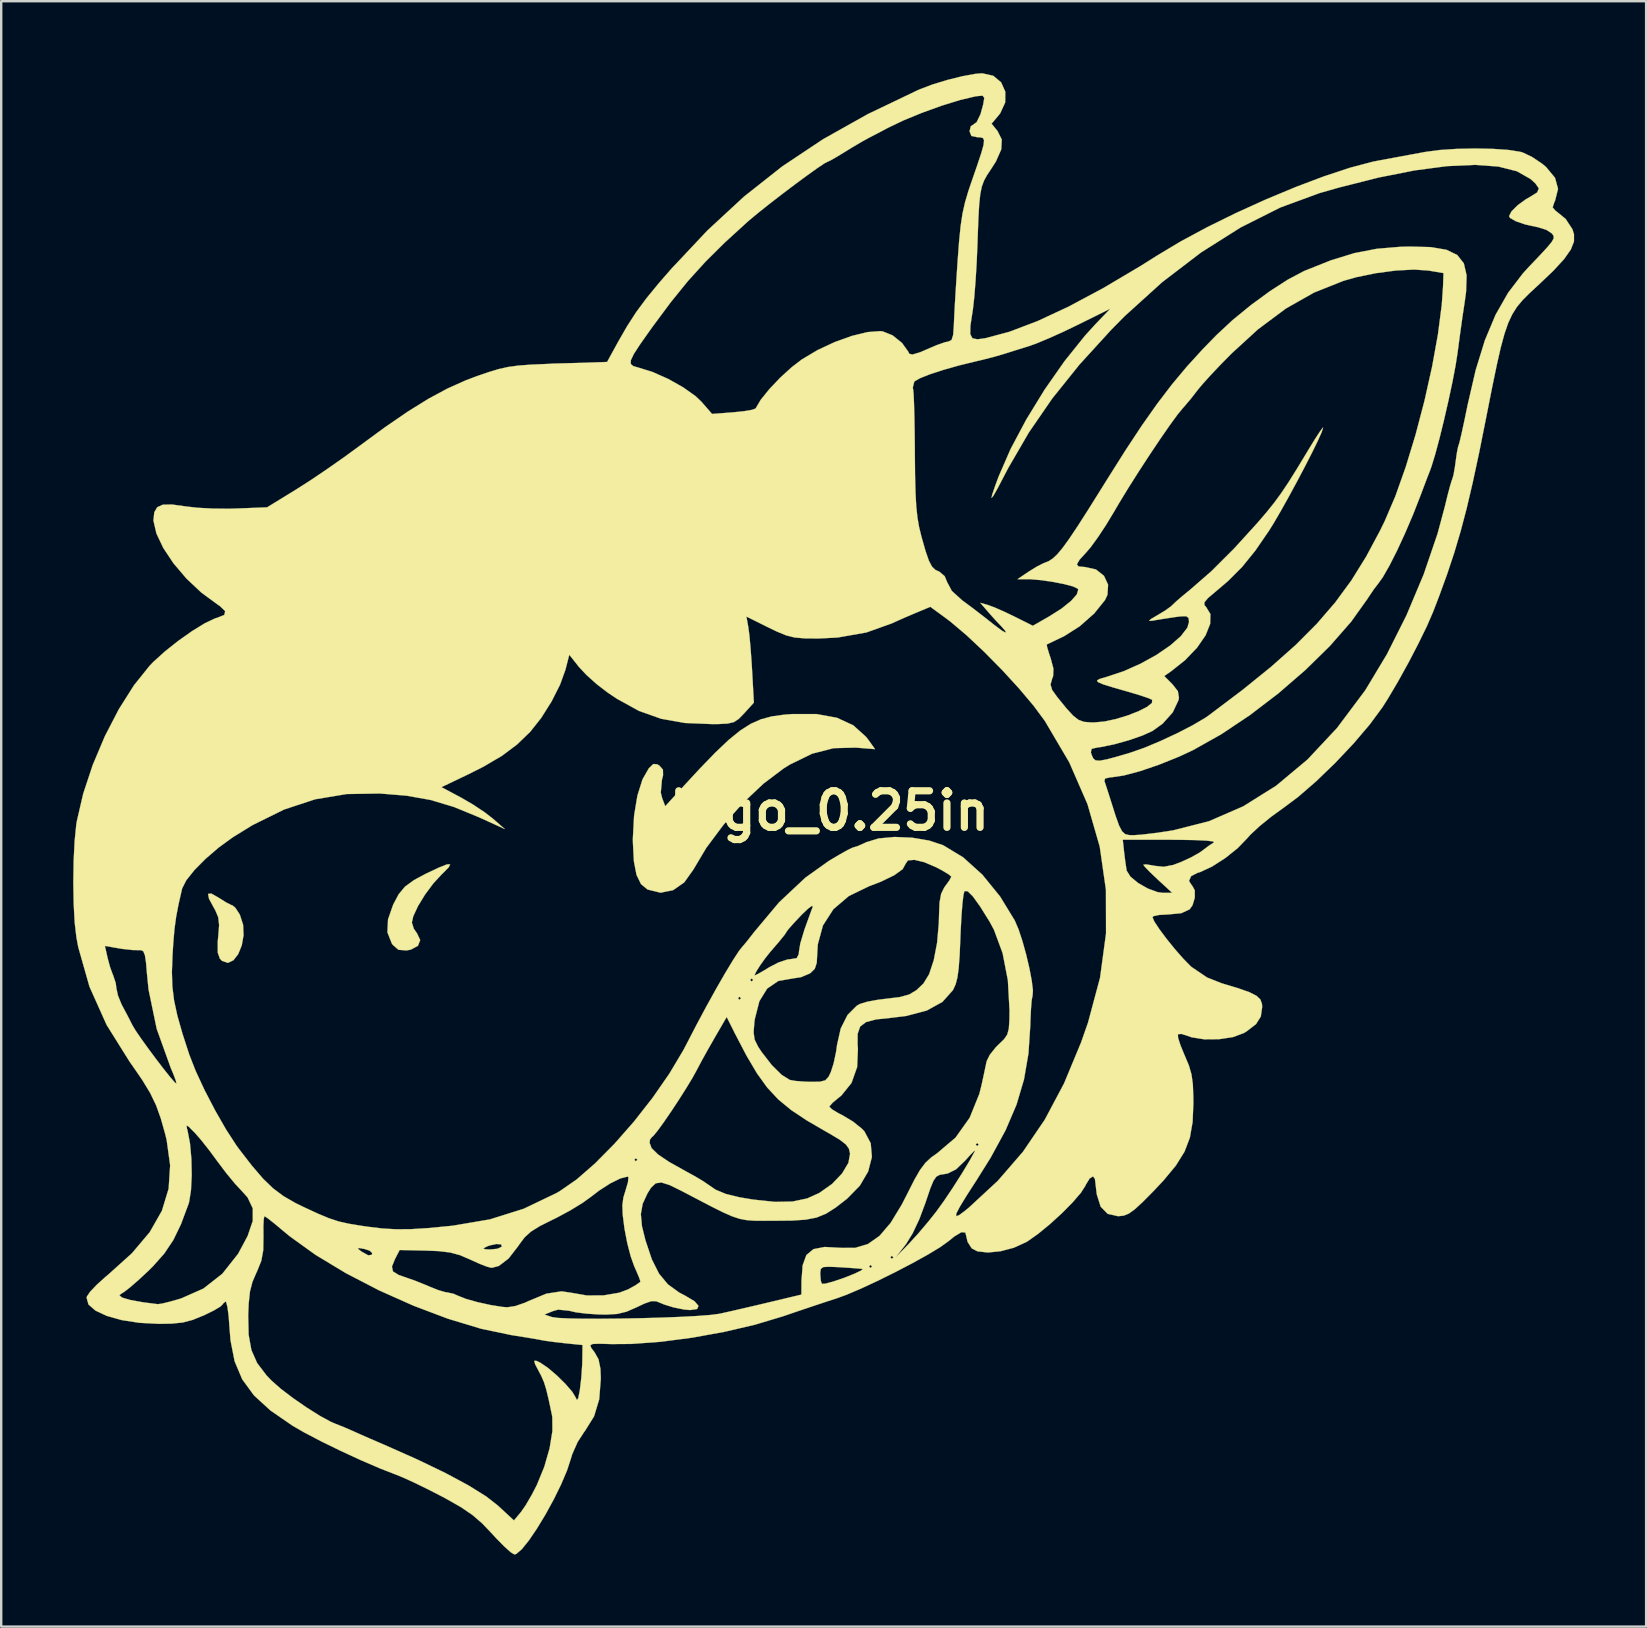
<source format=kicad_pcb>
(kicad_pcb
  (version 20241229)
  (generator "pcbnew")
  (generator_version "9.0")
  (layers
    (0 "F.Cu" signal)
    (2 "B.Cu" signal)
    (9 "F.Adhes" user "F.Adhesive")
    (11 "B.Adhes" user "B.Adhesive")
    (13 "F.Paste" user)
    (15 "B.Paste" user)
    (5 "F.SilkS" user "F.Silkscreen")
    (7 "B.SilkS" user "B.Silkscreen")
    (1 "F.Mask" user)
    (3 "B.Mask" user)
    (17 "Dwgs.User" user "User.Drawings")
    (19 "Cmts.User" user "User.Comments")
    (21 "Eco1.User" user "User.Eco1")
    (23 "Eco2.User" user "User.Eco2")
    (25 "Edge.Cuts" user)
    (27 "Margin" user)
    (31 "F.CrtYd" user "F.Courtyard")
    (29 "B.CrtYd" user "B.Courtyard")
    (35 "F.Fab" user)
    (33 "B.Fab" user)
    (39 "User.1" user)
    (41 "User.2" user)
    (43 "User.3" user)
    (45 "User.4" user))
  (footprint "logo_0.25in"
    (layer "F.Cu")
    (at 31.511 30.737)
    (property "Reference" "logo_0.25in" (at 0 0 0) (layer "F.SilkS") (effects (font (size 1.524 1.524) (thickness 0.3))))
    (attr through_hole)
    (fp_poly (pts (xy -25.453 3.619) (xy -25.446 3.623) (xy -25.141 3.815) (xy -24.922 3.926) (xy -24.878 3.937) (xy -24.755 4.039) (xy -24.591 4.288) (xy -24.563 4.339) (xy -24.431 4.747) (xy -24.412 5.183) (xy -24.486 5.605) (xy -24.633 5.967) (xy -24.832 6.225) (xy -25.063 6.336) (xy -25.306 6.254) (xy -25.397 6.163) (xy -25.487 5.911) (xy -25.489 5.463) (xy -25.466 5.23) (xy -25.43 4.761) (xy -25.467 4.433) (xy -25.591 4.141) (xy -25.643 4.052) (xy -25.852 3.663) (xy -25.89 3.462) (xy -25.757 3.447) (xy -25.453 3.619)) (stroke (width 0.01) (type solid)) (fill yes) (layer "F.SilkS"))
    (fp_poly (pts (xy -15.862 2.352) (xy -16.109 2.604) (xy -16.151 2.642) (xy -16.505 3.025) (xy -16.85 3.49) (xy -17.142 3.968) (xy -17.339 4.39) (xy -17.399 4.656) (xy -17.318 4.912) (xy -17.182 5.109) (xy -17.051 5.386) (xy -17.146 5.625) (xy -17.441 5.784) (xy -17.626 5.818) (xy -17.96 5.79) (xy -18.196 5.583) (xy -18.236 5.525) (xy -18.417 5.064) (xy -18.392 4.524) (xy -18.18 3.915) (xy -17.95 3.479) (xy -17.684 3.158) (xy -17.31 2.886) (xy -16.828 2.628) (xy -16.277 2.367) (xy -15.938 2.233) (xy -15.802 2.228) (xy -15.862 2.352)) (stroke (width 0.01) (type solid)) (fill yes) (layer "F.SilkS"))
    (fp_poly (pts (xy -0.531 -4.031) (xy 0.315 -3.877) (xy 0.995 -3.563) (xy 1.529 -3.081) (xy 1.644 -2.931) (xy 1.901 -2.57) (xy 1.1 -2.634) (xy 0.18 -2.611) (xy -0.719 -2.381) (xy -1.644 -1.93) (xy -1.908 -1.766) (xy -2.747 -1.133) (xy -3.603 -0.326) (xy -4.418 0.589) (xy -5.13 1.543) (xy -5.672 2.454) (xy -6.048 2.982) (xy -6.515 3.307) (xy -7.037 3.412) (xy -7.575 3.28) (xy -7.579 3.278) (xy -7.85 3.054) (xy -8.037 2.671) (xy -8.147 2.1) (xy -8.188 1.315) (xy -8.189 1.143) (xy -8.139 0.203) (xy -8.001 -0.631) (xy -7.787 -1.313) (xy -7.526 -1.769) (xy -7.337 -1.951) (xy -7.171 -1.939) (xy -7.079 -1.879) (xy -6.936 -1.716) (xy -6.931 -1.48) (xy -6.978 -1.293) (xy -7.026 -0.758) (xy -6.97 -0.532) (xy -6.841 -0.192) (xy -6.203 -0.89) (xy -5.414 -1.743) (xy -4.757 -2.423) (xy -4.202 -2.95) (xy -3.719 -3.343) (xy -3.278 -3.625) (xy -2.846 -3.816) (xy -2.395 -3.936) (xy -1.893 -4.005) (xy -1.565 -4.031) (xy -0.531 -4.031)) (stroke (width 0.01) (type solid)) (fill yes) (layer "F.SilkS"))
    (fp_poly (pts (xy 6.826 -30.63) (xy 7.156 -30.356) (xy 7.33 -29.966) (xy 7.326 -29.519) (xy 7.12 -29.07) (xy 7.062 -28.995) (xy 6.758 -28.633) (xy 7.009 -28.323) (xy 7.183 -27.971) (xy 7.161 -27.56) (xy 6.938 -27.056) (xy 6.74 -26.747) (xy 6.57 -26.491) (xy 6.443 -26.261) (xy 6.351 -26.011) (xy 6.287 -25.7) (xy 6.243 -25.283) (xy 6.21 -24.716) (xy 6.181 -23.957) (xy 6.169 -23.588) (xy 6.136 -22.822) (xy 6.09 -22.073) (xy 6.037 -21.41) (xy 5.981 -20.904) (xy 5.959 -20.761) (xy 5.875 -20.209) (xy 5.869 -19.865) (xy 5.961 -19.691) (xy 6.171 -19.648) (xy 6.499 -19.694) (xy 7.502 -19.962) (xy 8.666 -20.404) (xy 9.976 -21.014) (xy 11.416 -21.784) (xy 12.971 -22.706) (xy 13.652 -23.135) (xy 14.631 -23.722) (xy 15.746 -24.322) (xy 16.95 -24.914) (xy 18.194 -25.478) (xy 19.432 -25.994) (xy 20.614 -26.44) (xy 21.693 -26.797) (xy 22.62 -27.043) (xy 22.861 -27.092) (xy 23.506 -27.211) (xy 24.195 -27.339) (xy 24.787 -27.448) (xy 24.828 -27.456) (xy 25.428 -27.536) (xy 26.143 -27.583) (xy 26.904 -27.599) (xy 27.644 -27.584) (xy 28.292 -27.539) (xy 28.78 -27.463) (xy 28.894 -27.431) (xy 29.279 -27.247) (xy 29.7 -26.965) (xy 29.862 -26.83) (xy 30.237 -26.378) (xy 30.363 -25.917) (xy 30.241 -25.432) (xy 30.212 -25.373) (xy 30.138 -25.146) (xy 30.255 -25.006) (xy 30.277 -24.993) (xy 30.679 -24.665) (xy 30.96 -24.238) (xy 31.028 -24.025) (xy 31.027 -23.725) (xy 30.896 -23.391) (xy 30.617 -22.994) (xy 30.17 -22.507) (xy 29.535 -21.903) (xy 29.517 -21.887) (xy 29.171 -21.567) (xy 28.886 -21.282) (xy 28.652 -21.001) (xy 28.456 -20.692) (xy 28.285 -20.326) (xy 28.128 -19.871) (xy 27.973 -19.297) (xy 27.808 -18.571) (xy 27.62 -17.663) (xy 27.398 -16.543) (xy 27.354 -16.32) (xy 27.068 -14.893) (xy 26.805 -13.671) (xy 26.555 -12.603) (xy 26.302 -11.644) (xy 26.035 -10.745) (xy 25.74 -9.859) (xy 25.404 -8.936) (xy 25.153 -8.284) (xy 24.898 -7.696) (xy 24.543 -6.969) (xy 24.13 -6.175) (xy 23.695 -5.389) (xy 23.279 -4.684) (xy 23.047 -4.318) (xy 22.517 -3.599) (xy 21.842 -2.806) (xy 21.079 -1.998) (xy 20.288 -1.235) (xy 19.526 -0.575) (xy 18.933 -0.132) (xy 18.415 0.242) (xy 17.929 0.636) (xy 17.549 0.989) (xy 17.416 1.138) (xy 17.008 1.56) (xy 16.488 1.975) (xy 15.939 2.326) (xy 15.446 2.554) (xy 15.335 2.586) (xy 15.072 2.724) (xy 14.984 2.921) (xy 15.102 3.105) (xy 15.113 3.111) (xy 15.225 3.31) (xy 15.226 3.623) (xy 15.13 3.94) (xy 15.008 4.108) (xy 14.661 4.266) (xy 14.119 4.318) (xy 13.749 4.338) (xy 13.511 4.388) (xy 13.462 4.431) (xy 13.541 4.614) (xy 13.75 4.931) (xy 14.046 5.328) (xy 14.388 5.752) (xy 14.734 6.148) (xy 15.043 6.464) (xy 15.086 6.504) (xy 15.74 6.946) (xy 16.346 7.186) (xy 17.026 7.39) (xy 17.497 7.556) (xy 17.796 7.706) (xy 17.96 7.862) (xy 18.026 8.047) (xy 18.034 8.181) (xy 17.977 8.573) (xy 17.777 8.888) (xy 17.387 9.189) (xy 17.272 9.259) (xy 16.822 9.428) (xy 16.237 9.517) (xy 15.624 9.522) (xy 15.092 9.437) (xy 14.928 9.377) (xy 14.666 9.296) (xy 14.522 9.311) (xy 14.53 9.459) (xy 14.629 9.768) (xy 14.796 10.174) (xy 14.803 10.189) (xy 14.981 10.613) (xy 15.09 10.988) (xy 15.146 11.403) (xy 15.165 11.948) (xy 15.167 12.192) (xy 15.135 12.968) (xy 15.021 13.619) (xy 14.798 14.204) (xy 14.438 14.782) (xy 13.914 15.413) (xy 13.502 15.85) (xy 13.049 16.307) (xy 12.722 16.608) (xy 12.476 16.784) (xy 12.267 16.868) (xy 12.049 16.891) (xy 12.025 16.891) (xy 11.595 16.794) (xy 11.304 16.496) (xy 11.143 15.986) (xy 11.127 15.866) (xy 11.09 15.545) (xy 11.065 15.344) (xy 11.063 15.335) (xy 10.984 15.232) (xy 10.844 15.322) (xy 10.69 15.571) (xy 10.669 15.62) (xy 10.48 15.916) (xy 10.138 16.313) (xy 9.694 16.763) (xy 9.199 17.215) (xy 8.706 17.621) (xy 8.266 17.932) (xy 8.2 17.972) (xy 7.689 18.205) (xy 7.133 18.352) (xy 6.603 18.405) (xy 6.169 18.356) (xy 5.93 18.231) (xy 5.758 17.961) (xy 5.715 17.771) (xy 5.664 17.572) (xy 5.5 17.559) (xy 5.205 17.737) (xy 4.949 17.944) (xy 4.615 18.183) (xy 4.102 18.493) (xy 3.462 18.848) (xy 2.75 19.22) (xy 2.019 19.582) (xy 1.323 19.906) (xy 0.717 20.164) (xy 0.318 20.31) (xy -0.114 20.45) (xy -0.703 20.646) (xy -1.369 20.87) (xy -1.943 21.066) (xy -3.097 21.412) (xy -4.38 21.712) (xy -5.718 21.954) (xy -7.035 22.126) (xy -8.253 22.215) (xy -9.075 22.221) (xy -9.575 22.207) (xy -9.859 22.216) (xy -9.963 22.268) (xy -9.926 22.378) (xy -9.788 22.56) (xy -9.621 22.855) (xy -9.541 23.246) (xy -9.525 23.656) (xy -9.592 24.523) (xy -9.806 25.231) (xy -10.185 25.84) (xy -10.216 25.877) (xy -10.492 26.304) (xy -10.716 26.809) (xy -10.77 26.988) (xy -10.931 27.482) (xy -11.177 28.063) (xy -11.484 28.688) (xy -11.826 29.313) (xy -12.179 29.897) (xy -12.516 30.395) (xy -12.814 30.765) (xy -13.046 30.965) (xy -13.123 30.988) (xy -13.274 30.899) (xy -13.543 30.66) (xy -13.883 30.314) (xy -14.051 30.13) (xy -14.469 29.692) (xy -14.879 29.339) (xy -15.358 29.013) (xy -15.98 28.66) (xy -16.141 28.574) (xy -16.728 28.273) (xy -17.295 27.996) (xy -17.769 27.78) (xy -18.034 27.672) (xy -18.715 27.407) (xy -19.514 27.063) (xy -20.357 26.674) (xy -21.173 26.276) (xy -21.888 25.901) (xy -22.381 25.616) (xy -23.292 24.987) (xy -23.978 24.359) (xy -24.467 23.69) (xy -24.784 22.94) (xy -24.955 22.068) (xy -24.996 21.558) (xy -25.032 21.063) (xy -25.038 21.018) (xy -24.219 21.018) (xy -24.201 21.831) (xy -24.085 22.471) (xy -23.846 23.011) (xy -23.458 23.522) (xy -23.25 23.74) (xy -22.865 24.08) (xy -22.354 24.469) (xy -21.788 24.861) (xy -21.237 25.208) (xy -20.773 25.461) (xy -20.591 25.539) (xy -20.223 25.685) (xy -19.875 25.836) (xy -19.575 25.971) (xy -19.129 26.167) (xy -18.625 26.384) (xy -18.542 26.42) (xy -17.17 27.03) (xy -15.997 27.595) (xy -15.036 28.112) (xy -14.297 28.572) (xy -13.821 28.945) (xy -13.145 29.57) (xy -12.861 29.231) (xy -12.657 28.939) (xy -12.408 28.513) (xy -12.19 28.091) (xy -11.879 27.332) (xy -11.658 26.561) (xy -11.542 25.847) (xy -11.546 25.263) (xy -11.56 25.182) (xy -11.692 24.556) (xy -11.797 24.117) (xy -11.895 23.802) (xy -12.005 23.549) (xy -12.086 23.396) (xy -12.261 23.065) (xy -12.299 22.918) (xy -12.197 22.923) (xy -12.047 22.997) (xy -11.726 23.214) (xy -11.353 23.532) (xy -10.994 23.887) (xy -10.713 24.213) (xy -10.584 24.427) (xy -10.52 24.552) (xy -10.467 24.479) (xy -10.406 24.182) (xy -10.398 24.13) (xy -10.339 23.635) (xy -10.301 23.083) (xy -10.296 22.909) (xy -10.287 22.26) (xy -11.017 22.186) (xy -11.466 22.135) (xy -11.842 22.083) (xy -12.002 22.055) (xy -12.246 22.009) (xy -12.659 21.94) (xy -13.159 21.861) (xy -13.243 21.848) (xy -14.51 21.583) (xy -15.893 21.165) (xy -16.354 20.991) (xy -11.874 20.991) (xy -11.557 21.096) (xy -11.314 21.131) (xy -10.861 21.153) (xy -10.242 21.165) (xy -9.501 21.166) (xy -8.683 21.158) (xy -7.831 21.142) (xy -6.989 21.118) (xy -6.202 21.087) (xy -5.512 21.05) (xy -4.965 21.008) (xy -4.604 20.962) (xy -4.572 20.956) (xy -4.145 20.861) (xy -3.563 20.727) (xy -2.915 20.576) (xy -2.52 20.482) (xy -1.167 20.159) (xy -1.163 19.569) (xy -1.142 19.306) (xy -0.381 19.306) (xy -0.358 19.582) (xy -0.312 19.711) (xy -0.169 19.703) (xy 0.147 19.619) (xy 0.572 19.476) (xy 0.65 19.447) (xy 1.05 19.287) (xy 1.311 19.162) (xy 1.389 19.094) (xy 1.375 19.089) (xy 1.165 19.069) (xy 0.79 19.041) (xy 0.413 19.017) (xy -0.02 18.996) (xy -0.257 19.013) (xy -0.358 19.088) (xy -0.381 19.243) (xy -0.381 19.306) (xy -1.142 19.306) (xy -1.118 18.986) (xy 1.651 18.986) (xy 1.714 19.05) (xy 1.778 18.986) (xy 1.714 18.923) (xy 1.651 18.986) (xy -1.118 18.986) (xy -1.114 18.936) (xy -0.993 18.605) (xy 2.54 18.605) (xy 2.603 18.669) (xy 2.667 18.605) (xy 2.764 18.605) (xy 3.319 18.034) (xy 3.694 17.623) (xy 4.118 17.123) (xy 4.454 16.701) (xy 4.779 16.249) (xy 5.151 15.695) (xy 5.521 15.114) (xy 5.842 14.582) (xy 6.064 14.176) (xy 6.071 14.161) (xy 6.031 14.176) (xy 5.865 14.345) (xy 5.667 14.565) (xy 5.281 14.937) (xy 4.928 15.113) (xy 4.791 15.137) (xy 4.598 15.167) (xy 4.457 15.244) (xy 4.337 15.414) (xy 4.208 15.725) (xy 4.039 16.223) (xy 4 16.339) (xy 3.75 17.009) (xy 3.469 17.606) (xy 3.2 18.043) (xy 3.192 18.054) (xy 2.764 18.605) (xy 2.667 18.605) (xy 2.603 18.542) (xy 2.54 18.605) (xy -0.993 18.605) (xy -0.958 18.51) (xy -0.664 18.265) (xy -0.2 18.174) (xy 0.46 18.21) (xy 1.068 18.213) (xy 1.603 18.054) (xy 2.089 17.713) (xy 2.552 17.171) (xy 3.017 16.407) (xy 3.241 15.97) (xy 3.541 15.376) (xy 3.781 14.96) (xy 4.001 14.668) (xy 4.241 14.445) (xy 4.486 14.272) (xy 4.917 13.906) (xy 6.096 13.906) (xy 6.16 13.97) (xy 6.223 13.906) (xy 6.16 13.843) (xy 6.096 13.906) (xy 4.917 13.906) (xy 5.256 13.619) (xy 5.845 12.791) (xy 6.248 11.796) (xy 6.34 11.43) (xy 6.437 10.982) (xy 6.519 10.594) (xy 6.553 10.434) (xy 6.682 10.17) (xy 6.935 9.853) (xy 7.057 9.732) (xy 7.277 9.519) (xy 7.409 9.328) (xy 7.476 9.087) (xy 7.501 8.721) (xy 7.506 8.315) (xy 7.437 7.062) (xy 7.217 5.927) (xy 6.856 4.952) (xy 6.682 4.629) (xy 6.282 3.987) (xy 5.979 3.566) (xy 5.766 3.354) (xy 5.632 3.342) (xy 5.628 3.346) (xy 5.587 3.504) (xy 5.543 3.867) (xy 5.503 4.387) (xy 5.469 5.015) (xy 5.46 5.249) (xy 5.428 6.003) (xy 5.388 6.552) (xy 5.335 6.944) (xy 5.261 7.227) (xy 5.159 7.45) (xy 5.143 7.477) (xy 4.71 7.962) (xy 4.06 8.321) (xy 3.2 8.549) (xy 2.587 8.624) (xy 1.948 8.692) (xy 1.526 8.803) (xy 1.281 8.99) (xy 1.177 9.29) (xy 1.175 9.735) (xy 1.189 9.909) (xy 1.157 10.675) (xy 0.921 11.341) (xy 0.498 11.865) (xy 0.393 11.949) (xy 0.14 12.158) (xy 0.006 12.31) (xy 0 12.332) (xy 0.104 12.435) (xy 0.37 12.597) (xy 0.569 12.699) (xy 0.986 12.949) (xy 1.357 13.249) (xy 1.458 13.355) (xy 1.722 13.852) (xy 1.771 14.423) (xy 1.616 15.027) (xy 1.268 15.621) (xy 0.737 16.163) (xy 0.733 16.166) (xy 0.259 16.534) (xy -0.141 16.788) (xy -0.536 16.949) (xy -0.992 17.037) (xy -1.577 17.075) (xy -2.23 17.081) (xy -2.734 17.083) (xy -3.125 17.08) (xy -3.446 17.057) (xy -3.74 17.001) (xy -4.052 16.898) (xy -4.425 16.734) (xy -4.904 16.495) (xy -5.531 16.168) (xy -6.16 15.839) (xy -6.659 15.594) (xy -7 15.487) (xy -7.238 15.521) (xy -7.43 15.702) (xy -7.579 15.938) (xy -7.781 16.374) (xy -7.857 16.803) (xy -7.811 17.306) (xy -7.668 17.887) (xy -7.4 18.688) (xy -7.1 19.285) (xy -6.732 19.73) (xy -6.259 20.073) (xy -6.011 20.203) (xy -5.618 20.437) (xy -5.453 20.63) (xy -5.514 20.76) (xy -5.801 20.803) (xy -6.051 20.782) (xy -6.497 20.692) (xy -6.898 20.567) (xy -6.995 20.525) (xy -7.217 20.436) (xy -7.428 20.435) (xy -7.711 20.534) (xy -8.024 20.683) (xy -8.451 20.87) (xy -8.839 20.965) (xy -9.304 20.992) (xy -9.613 20.986) (xy -10.119 20.953) (xy -10.565 20.897) (xy -10.851 20.831) (xy -11.303 20.785) (xy -11.525 20.849) (xy -11.874 20.991) (xy -16.354 20.991) (xy -17.333 20.621) (xy -18.772 19.979) (xy -20.151 19.264) (xy -20.604 18.991) (xy -18.229 18.991) (xy -18.187 19.193) (xy -17.945 19.342) (xy -17.683 19.433) (xy -17.253 19.584) (xy -16.779 19.775) (xy -16.67 19.823) (xy -16.303 19.97) (xy -16.007 20.057) (xy -15.932 20.066) (xy -15.665 20.124) (xy -15.454 20.216) (xy -15.13 20.343) (xy -14.653 20.476) (xy -14.122 20.593) (xy -13.636 20.671) (xy -13.425 20.688) (xy -13.094 20.638) (xy -12.684 20.497) (xy -12.536 20.427) (xy -11.792 20.12) (xy -11.16 20.023) (xy -10.754 20.083) (xy -10.112 20.195) (xy -9.41 20.192) (xy -8.756 20.08) (xy -8.39 19.943) (xy -8.082 19.773) (xy -7.898 19.644) (xy -7.874 19.612) (xy -7.922 19.466) (xy -8.046 19.172) (xy -8.134 18.974) (xy -8.28 18.563) (xy -8.423 18.012) (xy -8.534 17.434) (xy -8.542 17.384) (xy -8.612 16.83) (xy -8.627 16.436) (xy -8.585 16.116) (xy -8.489 15.802) (xy -8.393 15.475) (xy -8.375 15.272) (xy -8.402 15.24) (xy -8.712 15.319) (xy -9.137 15.528) (xy -9.603 15.829) (xy -9.899 16.057) (xy -10.283 16.335) (xy -10.805 16.654) (xy -11.368 16.957) (xy -11.523 17.032) (xy -12.066 17.303) (xy -12.437 17.534) (xy -12.702 17.775) (xy -12.927 18.076) (xy -12.961 18.13) (xy -13.367 18.654) (xy -13.774 18.965) (xy -14.073 19.045) (xy -14.269 18.995) (xy -14.611 18.861) (xy -14.962 18.701) (xy -15.394 18.515) (xy -15.806 18.404) (xy -16.296 18.346) (xy -16.796 18.326) (xy -17.907 18.301) (xy -18.103 18.679) (xy -18.229 18.991) (xy -20.604 18.991) (xy -21.41 18.504) (xy -21.751 18.259) (xy -19.634 18.259) (xy -19.5 18.364) (xy -19.216 18.523) (xy -19.067 18.5) (xy -19.05 18.43) (xy -19.159 18.327) (xy -19.397 18.251) (xy -19.499 18.235) (xy -14.423 18.235) (xy -14.345 18.269) (xy -14.136 18.279) (xy -13.832 18.249) (xy -13.655 18.165) (xy -13.652 18.161) (xy -13.678 18.066) (xy -13.872 18.05) (xy -14.159 18.112) (xy -14.287 18.161) (xy -14.423 18.235) (xy -19.499 18.235) (xy -19.628 18.215) (xy -19.634 18.259) (xy -21.751 18.259) (xy -22.491 17.726) (xy -22.755 17.508) (xy -23.11 17.211) (xy -23.387 16.992) (xy -23.533 16.893) (xy -23.541 16.891) (xy -23.571 17.007) (xy -23.586 17.311) (xy -23.583 17.739) (xy -23.583 17.748) (xy -23.592 18.311) (xy -23.672 18.749) (xy -23.848 19.187) (xy -23.875 19.241) (xy -24.042 19.63) (xy -24.145 20.031) (xy -24.199 20.532) (xy -24.219 21.018) (xy -25.038 21.018) (xy -25.082 20.681) (xy -25.138 20.471) (xy -25.162 20.447) (xy -25.272 20.54) (xy -25.273 20.557) (xy -25.38 20.66) (xy -25.661 20.826) (xy -26.056 21.019) (xy -26.067 21.024) (xy -26.529 21.212) (xy -26.941 21.321) (xy -27.409 21.369) (xy -27.94 21.378) (xy -28.757 21.335) (xy -29.491 21.221) (xy -30.112 21.046) (xy -30.584 20.825) (xy -30.875 20.57) (xy -30.951 20.293) (xy -30.939 20.237) (xy -30.902 20.184) (xy -29.589 20.184) (xy -29.475 20.282) (xy -29.138 20.383) (xy -28.592 20.481) (xy -27.985 20.558) (xy -27.797 20.531) (xy -27.444 20.444) (xy -27.01 20.318) (xy -26.084 19.908) (xy -25.297 19.291) (xy -24.64 18.461) (xy -24.241 17.716) (xy -24.028 17.088) (xy -24.028 16.566) (xy -24.245 16.108) (xy -24.46 15.868) (xy -24.765 15.541) (xy -25.132 15.096) (xy -25.486 14.627) (xy -25.502 14.605) (xy -25.838 14.15) (xy -26.174 13.725) (xy -26.442 13.416) (xy -26.46 13.399) (xy -26.691 13.167) (xy -26.784 13.11) (xy -26.775 13.219) (xy -26.744 13.335) (xy -26.644 13.859) (xy -26.586 14.505) (xy -26.572 15.185) (xy -26.603 15.812) (xy -26.68 16.298) (xy -26.706 16.385) (xy -27.019 17.224) (xy -27.34 17.887) (xy -27.716 18.449) (xy -28.192 18.985) (xy -28.399 19.188) (xy -28.799 19.56) (xy -29.148 19.862) (xy -29.393 20.052) (xy -29.464 20.092) (xy -29.589 20.184) (xy -30.902 20.184) (xy -30.805 20.039) (xy -30.524 19.744) (xy -30.149 19.407) (xy -30.046 19.322) (xy -29.062 18.435) (xy -28.321 17.557) (xy -27.815 16.668) (xy -27.534 15.746) (xy -27.471 14.77) (xy -27.616 13.718) (xy -27.675 13.476) (xy -27.861 12.815) (xy -28.057 12.268) (xy -28.302 11.761) (xy -28.63 11.219) (xy -29.079 10.567) (xy -29.156 10.46) (xy -30.118 8.921) (xy -30.832 7.329) (xy -31.3 5.681) (xy -31.31 5.629) (xy -30.19 5.629) (xy -30.077 6.133) (xy -29.973 6.517) (xy -29.861 6.824) (xy -29.841 6.866) (xy -29.737 7.184) (xy -29.712 7.389) (xy -29.647 7.694) (xy -29.497 8.064) (xy -29.463 8.128) (xy -29.251 8.526) (xy -29.059 8.902) (xy -29.044 8.934) (xy -28.912 9.154) (xy -28.681 9.492) (xy -28.386 9.901) (xy -28.064 10.335) (xy -27.749 10.746) (xy -27.477 11.087) (xy -27.284 11.31) (xy -27.207 11.372) (xy -27.233 11.248) (xy -27.339 10.964) (xy -27.443 10.718) (xy -28.032 9.082) (xy -28.37 7.45) (xy -28.43 6.858) (xy -28.443 6.713) (xy -27.398 6.713) (xy -27.38 7.315) (xy -27.308 7.9) (xy -27.172 8.532) (xy -26.961 9.275) (xy -26.674 10.16) (xy -26.408 10.84) (xy -26.035 11.642) (xy -25.599 12.48) (xy -25.145 13.273) (xy -24.716 13.935) (xy -24.609 14.082) (xy -24.062 14.79) (xy -23.601 15.327) (xy -23.177 15.736) (xy -22.742 16.06) (xy -22.248 16.344) (xy -21.907 16.511) (xy -21.308 16.788) (xy -20.851 16.978) (xy -20.455 17.109) (xy -20.035 17.204) (xy -19.507 17.291) (xy -19.241 17.33) (xy -18.638 17.403) (xy -18.063 17.437) (xy -17.448 17.433) (xy -16.727 17.388) (xy -15.831 17.302) (xy -15.684 17.286) (xy -14.147 17.025) (xy -12.734 16.581) (xy -11.376 15.93) (xy -11.239 15.851) (xy -10.533 15.362) (xy -9.755 14.684) (xy -9.614 14.541) (xy -8.128 14.541) (xy -8.065 14.605) (xy -8.001 14.541) (xy -8.065 14.478) (xy -8.128 14.541) (xy -9.614 14.541) (xy -8.943 13.862) (xy -8.919 13.834) (xy -7.493 13.834) (xy -7.409 14.056) (xy -7.143 14.317) (xy -6.676 14.632) (xy -5.996 15.013) (xy -5.585 15.238) (xy -5.248 15.44) (xy -5.08 15.556) (xy -4.739 15.789) (xy -4.315 15.965) (xy -3.746 16.104) (xy -3.18 16.199) (xy -2.271 16.295) (xy -1.538 16.281) (xy -0.928 16.153) (xy -0.422 15.925) (xy 0.11 15.549) (xy 0.528 15.113) (xy 0.792 14.671) (xy 0.862 14.287) (xy 0.815 14.082) (xy 0.689 13.904) (xy 0.438 13.709) (xy 0.016 13.455) (xy -0.127 13.375) (xy -0.937 12.904) (xy -1.591 12.47) (xy -2.129 12.027) (xy -2.591 11.531) (xy -3.018 10.938) (xy -3.453 10.203) (xy -3.934 9.281) (xy -3.958 9.233) (xy -3.159 9.233) (xy -3.115 9.538) (xy -2.964 9.84) (xy -2.823 10.051) (xy -2.398 10.599) (xy -1.99 11.002) (xy -1.651 11.213) (xy -1.42 11.255) (xy -1.039 11.285) (xy -0.792 11.293) (xy -0.396 11.288) (xy -0.171 11.231) (xy -0.035 11.084) (xy 0.059 10.89) (xy 0.177 10.524) (xy 0.279 10.04) (xy 0.319 9.754) (xy 0.473 9.068) (xy 0.757 8.506) (xy 1.142 8.121) (xy 1.275 8.047) (xy 1.569 7.957) (xy 2.009 7.875) (xy 2.381 7.829) (xy 2.938 7.761) (xy 3.325 7.654) (xy 3.627 7.474) (xy 3.919 7.196) (xy 4.155 6.809) (xy 4.349 6.224) (xy 4.488 5.496) (xy 4.56 4.679) (xy 4.568 4.367) (xy 4.589 3.825) (xy 4.656 3.459) (xy 4.785 3.195) (xy 4.826 3.14) (xy 5.001 2.897) (xy 5.08 2.748) (xy 5.08 2.744) (xy 4.976 2.652) (xy 4.709 2.49) (xy 4.449 2.352) (xy 3.953 2.14) (xy 3.546 2.043) (xy 3.272 2.066) (xy 3.175 2.208) (xy 3.053 2.431) (xy 2.702 2.684) (xy 2.142 2.955) (xy 1.655 3.142) (xy 0.811 3.55) (xy 0.166 4.1) (xy -0.269 4.777) (xy -0.484 5.567) (xy -0.505 5.923) (xy -0.527 6.335) (xy -0.609 6.583) (xy -0.784 6.755) (xy -0.821 6.78) (xy -1.186 6.933) (xy -1.526 6.985) (xy -2.128 7.09) (xy -2.592 7.406) (xy -2.918 7.934) (xy -3.108 8.676) (xy -3.125 8.801) (xy -3.159 9.233) (xy -3.958 9.233) (xy -3.998 9.153) (xy -4.28 8.59) (xy -4.79 9.47) (xy -5.068 9.957) (xy -5.325 10.421) (xy -5.51 10.769) (xy -5.523 10.795) (xy -5.706 11.128) (xy -5.968 11.56) (xy -6.275 12.044) (xy -6.597 12.532) (xy -6.902 12.976) (xy -7.159 13.33) (xy -7.335 13.545) (xy -7.391 13.589) (xy -7.475 13.695) (xy -7.493 13.834) (xy -8.919 13.834) (xy -8.133 12.937) (xy -7.363 11.953) (xy -6.668 10.951) (xy -6.086 9.975) (xy -5.95 9.716) (xy -5.546 8.935) (xy -5.129 8.156) (xy -4.937 7.811) (xy -3.81 7.811) (xy -3.747 7.874) (xy -3.683 7.811) (xy -3.747 7.747) (xy -3.81 7.811) (xy -4.937 7.811) (xy -4.72 7.418) (xy -4.507 7.048) (xy -3.302 7.048) (xy -3.239 7.112) (xy -3.175 7.048) (xy -3.239 6.985) (xy -3.302 7.048) (xy -4.507 7.048) (xy -4.388 6.842) (xy -3.119 6.842) (xy -3.113 6.858) (xy -2.974 6.796) (xy -2.697 6.637) (xy -2.506 6.519) (xy -2.116 6.317) (xy -1.748 6.196) (xy -1.62 6.181) (xy -1.361 6.138) (xy -1.274 5.966) (xy -1.27 5.881) (xy -1.212 5.524) (xy -1.038 4.945) (xy -0.749 4.146) (xy -0.693 4) (xy -0.721 3.955) (xy -0.885 4.073) (xy -1.152 4.327) (xy -1.186 4.363) (xy -1.484 4.68) (xy -1.697 4.92) (xy -1.778 5.029) (xy -1.778 5.029) (xy -1.863 5.163) (xy -2.111 5.469) (xy -2.477 5.894) (xy -2.678 6.147) (xy -2.883 6.435) (xy -3.045 6.691) (xy -3.119 6.842) (xy -4.388 6.842) (xy -4.342 6.761) (xy -4.017 6.223) (xy -3.769 5.843) (xy -3.649 5.69) (xy -3.476 5.487) (xy -3.235 5.182) (xy -3.158 5.08) (xy -2.097 3.814) (xy -1.002 2.786) (xy -0.027 2.09) (xy 0.405 1.833) (xy 0.756 1.636) (xy 0.969 1.533) (xy 1.001 1.524) (xy 1.173 1.472) (xy 1.466 1.343) (xy 1.535 1.309) (xy 2.052 1.151) (xy 2.719 1.089) (xy 3.449 1.12) (xy 4.16 1.24) (xy 4.741 1.434) (xy 5.574 1.939) (xy 6.376 2.663) (xy 7.115 3.573) (xy 7.725 4.572) (xy 7.881 4.937) (xy 8.044 5.43) (xy 8.2 5.992) (xy 8.334 6.562) (xy 8.432 7.079) (xy 8.481 7.482) (xy 8.466 7.711) (xy 8.461 7.723) (xy 8.43 7.887) (xy 8.401 8.241) (xy 8.378 8.721) (xy 8.372 8.942) (xy 8.295 10.111) (xy 8.109 11.193) (xy 7.798 12.242) (xy 7.342 13.308) (xy 6.723 14.446) (xy 6.136 15.385) (xy 5.714 16.04) (xy 5.433 16.501) (xy 5.289 16.78) (xy 5.279 16.893) (xy 5.4 16.852) (xy 5.646 16.671) (xy 5.813 16.533) (xy 7.018 15.418) (xy 8.066 14.207) (xy 8.978 12.866) (xy 9.777 11.361) (xy 10.485 9.658) (xy 10.777 8.826) (xy 11.278 6.957) (xy 11.527 5.112) (xy 11.523 3.292) (xy 11.266 1.496) (xy 11.183 1.206) (xy 12.225 1.206) (xy 12.28 1.714) (xy 12.33 2.117) (xy 12.381 2.452) (xy 12.389 2.495) (xy 12.544 2.743) (xy 12.864 3.008) (xy 13.27 3.239) (xy 13.68 3.389) (xy 13.906 3.419) (xy 14.287 3.419) (xy 13.684 2.864) (xy 13.375 2.57) (xy 13.157 2.347) (xy 13.081 2.247) (xy 13.19 2.232) (xy 13.461 2.273) (xy 13.551 2.292) (xy 13.93 2.332) (xy 14.326 2.256) (xy 14.663 2.13) (xy 15.077 1.937) (xy 15.428 1.74) (xy 15.557 1.647) (xy 15.839 1.435) (xy 16.024 1.319) (xy 15.991 1.276) (xy 15.721 1.242) (xy 15.234 1.219) (xy 14.548 1.208) (xy 14.231 1.206) (xy 12.225 1.206) (xy 11.183 1.206) (xy 10.756 -0.276) (xy 9.994 -2.023) (xy 8.978 -3.746) (xy 8.978 -3.747) (xy 8.512 -4.376) (xy 7.898 -5.104) (xy 7.192 -5.874) (xy 6.446 -6.63) (xy 6.129 -6.928) (xy 9.054 -6.928) (xy 9.076 -6.81) (xy 9.161 -6.53) (xy 9.222 -6.351) (xy 9.335 -5.924) (xy 9.324 -5.617) (xy 9.277 -5.487) (xy 9.214 -5.261) (xy 9.28 -5.04) (xy 9.491 -4.745) (xy 9.874 -4.274) (xy 10.153 -3.968) (xy 10.38 -3.791) (xy 10.605 -3.708) (xy 10.882 -3.684) (xy 11.038 -3.683) (xy 11.462 -3.722) (xy 11.945 -3.826) (xy 12.435 -3.976) (xy 12.882 -4.15) (xy 13.235 -4.33) (xy 13.441 -4.495) (xy 13.451 -4.625) (xy 13.451 -4.625) (xy 13.301 -4.693) (xy 12.972 -4.805) (xy 12.528 -4.939) (xy 12.435 -4.966) (xy 11.804 -5.147) (xy 11.394 -5.275) (xy 11.185 -5.367) (xy 11.153 -5.437) (xy 11.277 -5.501) (xy 11.533 -5.576) (xy 11.557 -5.582) (xy 12.266 -5.818) (xy 12.97 -6.132) (xy 13.628 -6.497) (xy 14.199 -6.887) (xy 14.641 -7.273) (xy 14.916 -7.629) (xy 14.986 -7.869) (xy 14.967 -8.039) (xy 14.866 -8.109) (xy 14.617 -8.101) (xy 14.383 -8.07) (xy 13.947 -8.004) (xy 13.565 -7.941) (xy 13.462 -7.922) (xy 13.323 -7.915) (xy 13.397 -7.991) (xy 13.652 -8.141) (xy 13.99 -8.344) (xy 14.236 -8.522) (xy 14.287 -8.571) (xy 14.45 -8.726) (xy 14.744 -8.978) (xy 15.038 -9.218) (xy 15.913 -9.981) (xy 16.879 -10.945) (xy 17.837 -11.999) (xy 18.212 -12.436) (xy 18.527 -12.827) (xy 18.819 -13.225) (xy 19.125 -13.681) (xy 19.48 -14.248) (xy 19.923 -14.979) (xy 19.965 -15.05) (xy 20.227 -15.477) (xy 20.432 -15.793) (xy 20.553 -15.957) (xy 20.574 -15.965) (xy 20.515 -15.783) (xy 20.354 -15.423) (xy 20.113 -14.93) (xy 19.815 -14.347) (xy 19.483 -13.718) (xy 19.14 -13.085) (xy 18.809 -12.493) (xy 18.513 -11.985) (xy 18.326 -11.684) (xy 17.75 -10.845) (xy 17.202 -10.168) (xy 16.616 -9.579) (xy 16.101 -9.141) (xy 15.775 -8.865) (xy 15.628 -8.689) (xy 15.63 -8.568) (xy 15.689 -8.506) (xy 15.877 -8.2) (xy 15.867 -7.793) (xy 15.677 -7.315) (xy 15.322 -6.8) (xy 14.822 -6.278) (xy 14.248 -5.822) (xy 13.954 -5.616) (xy 14.291 -5.278) (xy 14.521 -4.987) (xy 14.566 -4.716) (xy 14.546 -4.608) (xy 14.308 -4.104) (xy 13.886 -3.631) (xy 13.462 -3.327) (xy 13.043 -3.137) (xy 12.477 -2.941) (xy 11.867 -2.771) (xy 11.317 -2.658) (xy 11.16 -2.637) (xy 10.928 -2.583) (xy 10.895 -2.438) (xy 10.935 -2.315) (xy 10.998 -2.178) (xy 11.094 -2.102) (xy 11.265 -2.089) (xy 11.555 -2.143) (xy 12.008 -2.265) (xy 12.552 -2.426) (xy 13.117 -2.624) (xy 13.787 -2.904) (xy 14.485 -3.229) (xy 15.131 -3.562) (xy 15.648 -3.865) (xy 15.809 -3.976) (xy 17.207 -5.031) (xy 18.406 -6.001) (xy 19.433 -6.913) (xy 20.316 -7.799) (xy 21.081 -8.687) (xy 21.757 -9.609) (xy 22.368 -10.594) (xy 22.944 -11.671) (xy 23.137 -12.065) (xy 23.581 -13.102) (xy 24.016 -14.327) (xy 24.427 -15.677) (xy 24.798 -17.09) (xy 25.114 -18.504) (xy 25.359 -19.858) (xy 25.518 -21.089) (xy 25.57 -21.84) (xy 25.59 -22.407) (xy 24.957 -22.514) (xy 24.363 -22.554) (xy 23.611 -22.515) (xy 22.785 -22.406) (xy 21.964 -22.238) (xy 21.428 -22.087) (xy 20.198 -21.597) (xy 19.02 -20.93) (xy 17.856 -20.062) (xy 16.761 -19.059) (xy 16.297 -18.588) (xy 15.869 -18.136) (xy 15.528 -17.757) (xy 15.338 -17.526) (xy 15.06 -17.168) (xy 14.787 -16.846) (xy 14.739 -16.794) (xy 14.515 -16.522) (xy 14.189 -16.076) (xy 13.791 -15.502) (xy 13.349 -14.843) (xy 12.893 -14.143) (xy 12.453 -13.448) (xy 12.058 -12.8) (xy 11.861 -12.463) (xy 11.526 -11.909) (xy 11.183 -11.39) (xy 10.881 -10.976) (xy 10.722 -10.79) (xy 10.425 -10.464) (xy 10.313 -10.273) (xy 10.381 -10.183) (xy 10.626 -10.16) (xy 10.64 -10.16) (xy 11.105 -10.059) (xy 11.441 -9.794) (xy 11.613 -9.423) (xy 11.587 -9.001) (xy 11.484 -8.781) (xy 11.032 -8.22) (xy 10.432 -7.691) (xy 9.783 -7.278) (xy 9.708 -7.242) (xy 9.358 -7.075) (xy 9.118 -6.96) (xy 9.054 -6.928) (xy 6.129 -6.928) (xy 5.716 -7.315) (xy 5.055 -7.875) (xy 4.852 -8.029) (xy 4.206 -8.501) (xy 3.595 -8.246) (xy 3.154 -8.058) (xy 2.743 -7.876) (xy 2.603 -7.811) (xy 1.542 -7.432) (xy 0.343 -7.221) (xy -0.453 -7.181) (xy -1.027 -7.186) (xy -1.445 -7.222) (xy -1.8 -7.31) (xy -2.189 -7.47) (xy -2.53 -7.635) (xy -3.457 -8.095) (xy -3.376 -7.635) (xy -3.334 -7.312) (xy -3.288 -6.815) (xy -3.244 -6.222) (xy -3.221 -5.842) (xy -3.147 -4.508) (xy -3.55 -4.064) (xy -3.775 -3.832) (xy -3.976 -3.699) (xy -4.236 -3.636) (xy -4.635 -3.615) (xy -4.866 -3.613) (xy -6.019 -3.66) (xy -7.016 -3.837) (xy -7.935 -4.164) (xy -8.849 -4.667) (xy -9.233 -4.923) (xy -9.693 -5.276) (xy -10.127 -5.665) (xy -10.429 -5.988) (xy -10.839 -6.505) (xy -11 -5.876) (xy -11.224 -5.256) (xy -11.578 -4.556) (xy -12.01 -3.87) (xy -12.466 -3.295) (xy -12.47 -3.29) (xy -13.02 -2.76) (xy -13.65 -2.289) (xy -14.425 -1.835) (xy -15.037 -1.527) (xy -16.167 -0.986) (xy -15.354 -0.554) (xy -14.853 -0.263) (xy -14.362 0.064) (xy -14.034 0.318) (xy -13.525 0.759) (xy -14.605 0.267) (xy -15.64 -0.159) (xy -16.608 -0.45) (xy -17.616 -0.63) (xy -18.733 -0.722) (xy -20.115 -0.699) (xy -21.431 -0.48) (xy -22.723 -0.054) (xy -24.033 0.592) (xy -24.86 1.102) (xy -25.445 1.527) (xy -25.993 1.998) (xy -26.46 2.469) (xy -26.8 2.896) (xy -26.971 3.234) (xy -26.973 3.242) (xy -27.122 3.896) (xy -27.223 4.427) (xy -27.292 4.938) (xy -27.342 5.531) (xy -27.373 6.032) (xy -27.398 6.713) (xy -28.443 6.713) (xy -28.475 6.334) (xy -28.523 6.015) (xy -28.589 5.854) (xy -28.688 5.804) (xy -28.765 5.806) (xy -29.044 5.801) (xy -29.442 5.757) (xy -29.605 5.731) (xy -30.19 5.629) (xy -31.31 5.629) (xy -31.377 5.271) (xy -31.449 4.651) (xy -31.491 3.86) (xy -31.506 2.976) (xy -31.492 2.082) (xy -31.451 1.256) (xy -31.383 0.58) (xy -31.362 0.445) (xy -31.094 -0.713) (xy -30.695 -1.916) (xy -30.192 -3.107) (xy -29.611 -4.23) (xy -28.981 -5.227) (xy -28.329 -6.041) (xy -28.177 -6.199) (xy -27.685 -6.645) (xy -27.124 -7.089) (xy -26.551 -7.493) (xy -26.025 -7.816) (xy -25.604 -8.016) (xy -25.495 -8.05) (xy -25.214 -8.163) (xy -25.179 -8.319) (xy -25.389 -8.526) (xy -25.495 -8.598) (xy -26.173 -9.096) (xy -26.793 -9.68) (xy -27.329 -10.311) (xy -27.755 -10.95) (xy -28.043 -11.557) (xy -28.167 -12.095) (xy -28.132 -12.441) (xy -28.009 -12.651) (xy -27.778 -12.756) (xy -27.395 -12.764) (xy -26.84 -12.687) (xy -26.34 -12.629) (xy -25.695 -12.595) (xy -25.013 -12.588) (xy -24.727 -12.596) (xy -23.431 -12.647) (xy -22.225 -13.387) (xy -21.63 -13.767) (xy -20.928 -14.241) (xy -20.209 -14.745) (xy -19.622 -15.174) (xy -18.514 -15.987) (xy -17.552 -16.646) (xy -16.698 -17.175) (xy -15.914 -17.597) (xy -15.162 -17.934) (xy -14.697 -18.11) (xy -14.194 -18.283) (xy -13.779 -18.408) (xy -13.39 -18.495) (xy -12.965 -18.553) (xy -12.443 -18.592) (xy -11.797 -18.62) (xy -8.277 -18.62) (xy -8.169 -18.53) (xy -7.963 -18.471) (xy -7.962 -18.471) (xy -7.367 -18.286) (xy -6.716 -17.997) (xy -6.092 -17.646) (xy -5.577 -17.28) (xy -5.334 -17.049) (xy -4.889 -16.538) (xy -4 -16.606) (xy -3.556 -16.653) (xy -3.225 -16.709) (xy -3.076 -16.764) (xy -3.074 -16.767) (xy -2.864 -17.123) (xy -2.505 -17.569) (xy -2.441 -17.636) (xy 3.475 -17.636) (xy 3.489 -17.559) (xy 3.508 -17.388) (xy 3.525 -17.005) (xy 3.541 -16.451) (xy 3.553 -15.767) (xy 3.561 -14.995) (xy 3.561 -14.892) (xy 3.57 -13.965) (xy 3.589 -13.243) (xy 3.62 -12.678) (xy 3.669 -12.221) (xy 3.738 -11.824) (xy 3.832 -11.438) (xy 3.834 -11.43) (xy 4.006 -10.827) (xy 4.145 -10.424) (xy 4.275 -10.177) (xy 4.419 -10.038) (xy 4.577 -9.968) (xy 4.803 -9.78) (xy 4.908 -9.527) (xy 5.101 -9.164) (xy 5.533 -8.771) (xy 5.57 -8.745) (xy 5.994 -8.43) (xy 6.491 -8.047) (xy 6.858 -7.756) (xy 7.188 -7.507) (xy 7.349 -7.421) (xy 7.333 -7.497) (xy 7.127 -7.73) (xy 7.047 -7.811) (xy 6.882 -7.987) (xy 6.644 -8.255) (xy 6.603 -8.303) (xy 6.287 -8.668) (xy 6.604 -8.578) (xy 6.881 -8.476) (xy 7.29 -8.296) (xy 7.7 -8.1) (xy 8.478 -7.711) (xy 9.163 -8.103) (xy 9.675 -8.428) (xy 10.068 -8.744) (xy 10.31 -9.017) (xy 10.37 -9.217) (xy 10.342 -9.262) (xy 10.146 -9.352) (xy 9.774 -9.45) (xy 9.304 -9.542) (xy 8.812 -9.613) (xy 8.377 -9.65) (xy 8.277 -9.652) (xy 7.839 -9.652) (xy 8.288 -9.957) (xy 8.628 -10.168) (xy 8.918 -10.316) (xy 8.974 -10.337) (xy 9.144 -10.406) (xy 9.313 -10.517) (xy 9.5 -10.694) (xy 9.722 -10.96) (xy 9.996 -11.339) (xy 10.342 -11.856) (xy 10.776 -12.534) (xy 11.316 -13.396) (xy 11.555 -13.78) (xy 12.332 -15.012) (xy 13.024 -16.06) (xy 13.662 -16.965) (xy 14.277 -17.77) (xy 14.901 -18.516) (xy 15.565 -19.244) (xy 16.126 -19.821) (xy 16.8 -20.448) (xy 17.564 -21.073) (xy 18.355 -21.652) (xy 19.11 -22.139) (xy 19.764 -22.485) (xy 19.812 -22.506) (xy 20.901 -22.94) (xy 21.873 -23.239) (xy 22.809 -23.42) (xy 23.792 -23.503) (xy 24.178 -23.513) (xy 25.057 -23.49) (xy 25.712 -23.379) (xy 26.165 -23.16) (xy 26.438 -22.811) (xy 26.553 -22.309) (xy 26.531 -21.632) (xy 26.474 -21.209) (xy 26.383 -20.608) (xy 26.283 -19.895) (xy 26.192 -19.21) (xy 26.18 -19.113) (xy 26.094 -18.563) (xy 25.962 -17.869) (xy 25.796 -17.091) (xy 25.612 -16.29) (xy 25.424 -15.526) (xy 25.245 -14.858) (xy 25.089 -14.348) (xy 25.021 -14.161) (xy 24.922 -13.909) (xy 24.772 -13.513) (xy 24.634 -13.145) (xy 24.326 -12.356) (xy 23.99 -11.571) (xy 23.652 -10.839) (xy 23.333 -10.21) (xy 23.058 -9.731) (xy 22.885 -9.49) (xy 22.686 -9.23) (xy 22.456 -8.888) (xy 22.425 -8.839) (xy 21.743 -7.883) (xy 20.867 -6.882) (xy 19.841 -5.874) (xy 18.712 -4.897) (xy 17.523 -3.988) (xy 16.321 -3.186) (xy 15.151 -2.529) (xy 14.564 -2.255) (xy 13.721 -1.917) (xy 12.939 -1.651) (xy 12.27 -1.473) (xy 11.765 -1.398) (xy 11.707 -1.397) (xy 11.485 -1.344) (xy 11.461 -1.238) (xy 11.53 -1.035) (xy 11.644 -0.68) (xy 11.739 -0.381) (xy 11.929 0.218) (xy 12.071 0.615) (xy 12.194 0.852) (xy 12.324 0.971) (xy 12.488 1.011) (xy 12.668 1.016) (xy 12.99 0.995) (xy 13.479 0.938) (xy 14.052 0.857) (xy 14.335 0.811) (xy 15.814 0.435) (xy 17.243 -0.186) (xy 18.616 -1.045) (xy 19.922 -2.136) (xy 21.154 -3.452) (xy 22.304 -4.988) (xy 22.357 -5.068) (xy 23.233 -6.525) (xy 24.048 -8.148) (xy 24.764 -9.852) (xy 25.343 -11.55) (xy 25.642 -12.663) (xy 25.762 -13.154) (xy 25.867 -13.548) (xy 25.939 -13.783) (xy 25.953 -13.813) (xy 26.007 -13.995) (xy 26.066 -14.333) (xy 26.093 -14.533) (xy 26.146 -14.908) (xy 26.198 -15.17) (xy 26.219 -15.23) (xy 26.263 -15.38) (xy 26.345 -15.73) (xy 26.454 -16.229) (xy 26.578 -16.827) (xy 26.595 -16.912) (xy 26.932 -18.369) (xy 27.315 -19.609) (xy 27.76 -20.67) (xy 28.282 -21.586) (xy 28.898 -22.393) (xy 29.146 -22.665) (xy 29.609 -23.151) (xy 29.919 -23.487) (xy 30.102 -23.709) (xy 30.18 -23.852) (xy 30.179 -23.951) (xy 30.122 -24.039) (xy 30.104 -24.061) (xy 29.878 -24.208) (xy 29.533 -24.318) (xy 29.483 -24.327) (xy 28.999 -24.433) (xy 28.606 -24.567) (xy 28.366 -24.704) (xy 28.321 -24.78) (xy 28.422 -24.978) (xy 28.679 -25.234) (xy 29.027 -25.486) (xy 29.203 -25.587) (xy 29.492 -25.767) (xy 29.564 -25.934) (xy 29.42 -26.144) (xy 29.214 -26.33) (xy 28.649 -26.651) (xy 27.874 -26.847) (xy 26.9 -26.917) (xy 25.737 -26.864) (xy 24.396 -26.688) (xy 22.886 -26.389) (xy 21.22 -25.968) (xy 20.418 -25.739) (xy 18.791 -25.141) (xy 17.139 -24.311) (xy 15.488 -23.268) (xy 13.866 -22.028) (xy 12.298 -20.608) (xy 11.748 -20.051) (xy 10.42 -18.595) (xy 9.289 -17.186) (xy 8.314 -15.77) (xy 7.457 -14.295) (xy 7.301 -13.997) (xy 7.014 -13.448) (xy 6.834 -13.128) (xy 6.757 -13.036) (xy 6.782 -13.171) (xy 6.905 -13.532) (xy 7.054 -13.935) (xy 7.552 -15.078) (xy 8.205 -16.306) (xy 8.968 -17.549) (xy 9.797 -18.735) (xy 10.647 -19.794) (xy 11.083 -20.274) (xy 11.71 -20.926) (xy 10.332 -20.243) (xy 9.723 -19.951) (xy 9.129 -19.685) (xy 8.623 -19.474) (xy 8.319 -19.365) (xy 7.849 -19.219) (xy 7.4 -19.078) (xy 7.247 -19.03) (xy 6.866 -18.92) (xy 6.377 -18.794) (xy 6.104 -18.73) (xy 5.4 -18.558) (xy 4.746 -18.373) (xy 4.188 -18.191) (xy 3.774 -18.027) (xy 3.552 -17.898) (xy 3.535 -17.878) (xy 3.475 -17.636) (xy -2.441 -17.636) (xy -2.055 -18.043) (xy -1.57 -18.486) (xy -1.147 -18.81) (xy -0.495 -19.198) (xy 0.221 -19.532) (xy 0.938 -19.79) (xy 1.592 -19.949) (xy 2.119 -19.989) (xy 2.222 -19.978) (xy 2.634 -19.812) (xy 3.026 -19.497) (xy 3.294 -19.123) (xy 3.324 -19.047) (xy 3.461 -19.013) (xy 3.786 -19.11) (xy 4.067 -19.232) (xy 4.473 -19.406) (xy 4.809 -19.524) (xy 4.965 -19.557) (xy 5.09 -19.618) (xy 5.158 -19.833) (xy 5.186 -20.225) (xy 5.201 -20.586) (xy 5.231 -21.139) (xy 5.272 -21.818) (xy 5.32 -22.562) (xy 5.344 -22.924) (xy 5.406 -23.744) (xy 5.47 -24.378) (xy 5.548 -24.893) (xy 5.652 -25.356) (xy 5.794 -25.835) (xy 5.927 -26.226) (xy 6.169 -26.925) (xy 6.333 -27.421) (xy 6.424 -27.747) (xy 6.444 -27.94) (xy 6.401 -28.033) (xy 6.298 -28.064) (xy 6.174 -28.067) (xy 5.918 -28.121) (xy 5.842 -28.311) (xy 5.842 -28.321) (xy 5.893 -28.527) (xy 5.965 -28.575) (xy 6.135 -28.695) (xy 6.297 -29.028) (xy 6.408 -29.431) (xy 6.454 -29.707) (xy 6.384 -29.802) (xy 6.137 -29.779) (xy 6.074 -29.769) (xy 5.447 -29.621) (xy 4.683 -29.385) (xy 3.869 -29.091) (xy 3.09 -28.772) (xy 2.435 -28.458) (xy 2.413 -28.446) (xy 2.031 -28.243) (xy 1.684 -28.064) (xy 1.651 -28.047) (xy 1.37 -27.893) (xy 0.975 -27.66) (xy 0.664 -27.469) (xy 0.305 -27.25) (xy 0.039 -27.099) (xy -0.067 -27.051) (xy -0.21 -26.977) (xy -0.51 -26.776) (xy -0.926 -26.479) (xy -1.418 -26.116) (xy -1.944 -25.719) (xy -2.463 -25.318) (xy -2.934 -24.945) (xy -3.315 -24.629) (xy -3.421 -24.537) (xy -4.363 -23.677) (xy -5.167 -22.879) (xy -5.895 -22.076) (xy -6.608 -21.197) (xy -7.368 -20.174) (xy -7.505 -19.983) (xy -7.899 -19.423) (xy -8.152 -19.032) (xy -8.274 -18.776) (xy -8.277 -18.62) (xy -11.797 -18.62) (xy -11.76 -18.622) (xy -11.331 -18.636) (xy -9.263 -18.705) (xy -8.803 -19.544) (xy -8.43 -20.193) (xy -8.056 -20.772) (xy -7.632 -21.347) (xy -7.112 -21.981) (xy -6.584 -22.588) (xy -5.078 -24.188) (xy -3.554 -25.598) (xy -1.964 -26.853) (xy -0.264 -27.985) (xy 1.595 -29.029) (xy 3.658 -30.017) (xy 3.764 -30.064) (xy 4.292 -30.265) (xy 4.915 -30.455) (xy 5.543 -30.611) (xy 6.087 -30.71) (xy 6.365 -30.732) (xy 6.826 -30.63)) (stroke (width 0.01) (type solid)) (fill yes) (layer "F.SilkS")))
  (gr_rect
    (start -3 -3)
    (end 65.544 64.73)
    (stroke (width 0.1) (type default))
    (fill no)
    (layer "Edge.Cuts")))
</source>
